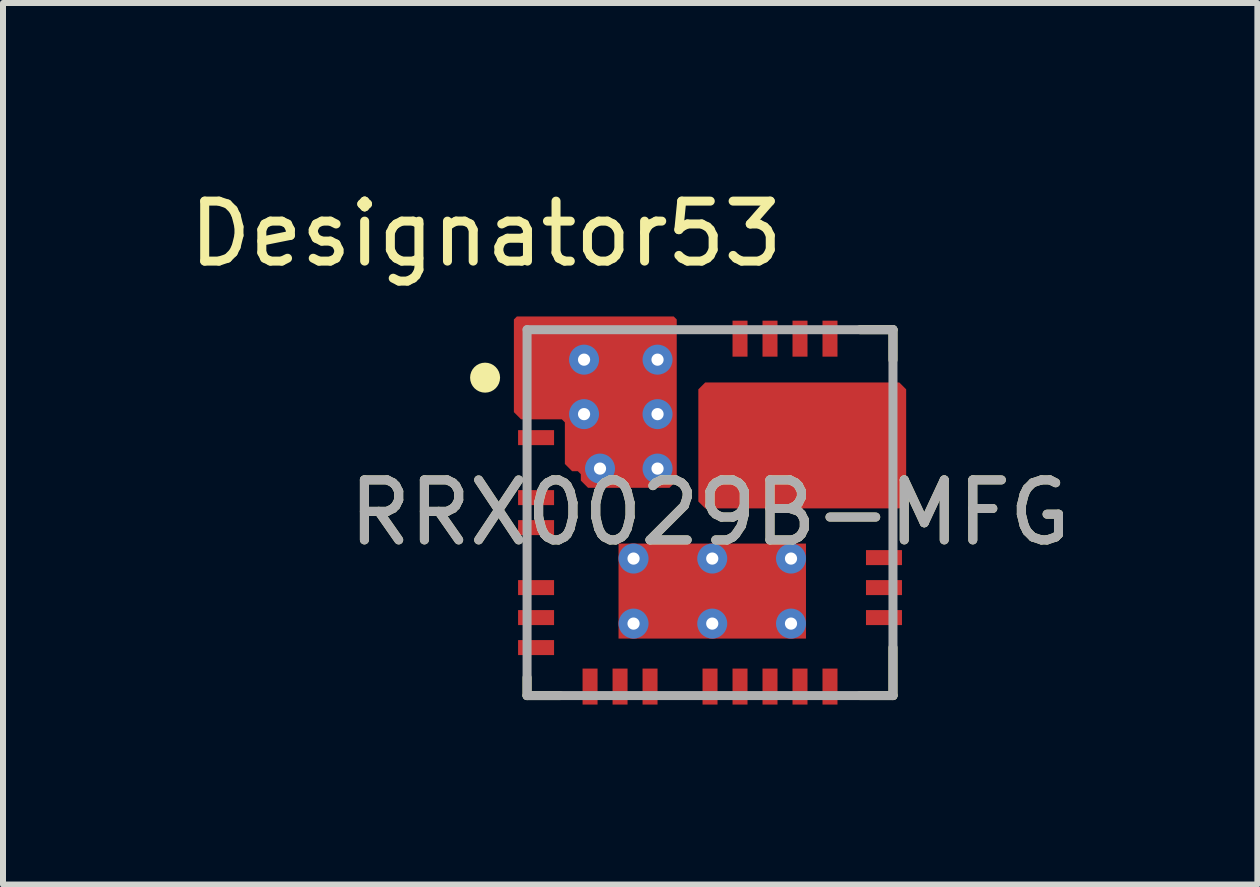
<source format=kicad_pcb>
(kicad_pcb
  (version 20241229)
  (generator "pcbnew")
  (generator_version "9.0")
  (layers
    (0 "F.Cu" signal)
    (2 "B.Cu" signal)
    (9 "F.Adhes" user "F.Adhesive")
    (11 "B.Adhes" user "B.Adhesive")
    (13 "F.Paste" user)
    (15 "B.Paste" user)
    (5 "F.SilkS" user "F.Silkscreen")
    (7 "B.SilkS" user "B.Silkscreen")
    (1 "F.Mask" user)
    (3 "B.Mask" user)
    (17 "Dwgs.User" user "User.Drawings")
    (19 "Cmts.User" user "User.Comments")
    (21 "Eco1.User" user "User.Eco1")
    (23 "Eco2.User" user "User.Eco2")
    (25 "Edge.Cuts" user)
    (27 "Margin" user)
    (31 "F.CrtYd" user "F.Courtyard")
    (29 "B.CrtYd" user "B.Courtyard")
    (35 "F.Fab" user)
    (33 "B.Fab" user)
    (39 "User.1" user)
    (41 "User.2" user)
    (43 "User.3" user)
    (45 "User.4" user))
  (footprint "RRX0029B-MFG"
    (layer "F.Cu")
    (at 8.787 5.496)
    (property "Reference" "RRX0029B-MFG" (at 0 0 0) (unlocked yes) (layer "F.SilkS") (effects (font (size 1 1) (thickness 0.15))))
    (attr smd)
    (fp_poly (pts (xy -0.08 -2.17) (xy -0.195 -2.055) (xy -0.195 -0.185) (xy -0.08 -0.07) (xy 3.155 -0.07) (xy 3.27 -0.185) (xy 3.27 -2.055) (xy 3.155 -2.17)) (stroke (width 0) (type solid)) (fill yes) (layer "F.Cu"))
    (fp_poly (pts (xy -3.27 -3.22) (xy -3.22 -3.27) (xy -0.605 -3.27) (xy -0.555 -3.22) (xy -0.555 -0.534) (xy -0.675 -0.414) (xy -2.034 -0.414) (xy -2.154 -0.534) (xy -2.154 -0.641) (xy -2.204 -0.691) (xy -2.3 -0.691) (xy -2.42 -0.811) (xy -2.42 -1.505) (xy -2.47 -1.555) (xy -3.15 -1.555) (xy -3.27 -1.675)) (stroke (width 0) (type solid)) (fill yes) (layer "F.Cu"))
    (fp_poly (pts (xy -0.125 -2.05) (xy -0.075 -2.1) (xy 2.75 -2.1) (xy 2.8 -2.05) (xy 2.8 -1.925) (xy 2.85 -1.875) (xy 3.15 -1.875) (xy 3.2 -1.825) (xy 3.2 -1.675) (xy 3.15 -1.625) (xy 2.85 -1.625) (xy 2.8 -1.575) (xy 2.8 -1.425) (xy 2.85 -1.375) (xy 3.15 -1.375) (xy 3.2 -1.325) (xy 3.2 -1.175) (xy 3.15 -1.125) (xy 2.85 -1.125) (xy 2.8 -1.075) (xy 2.8 -0.925) (xy 2.85 -0.875) (xy 3.15 -0.875) (xy 3.2 -0.825) (xy 3.2 -0.675) (xy 3.15 -0.625) (xy 2.85 -0.625) (xy 2.8 -0.575) (xy 2.8 -0.19) (xy 2.75 -0.14) (xy -0.075 -0.14) (xy -0.125 -0.19)) (stroke (width 0) (type solid)) (fill yes) (layer "F.Mask"))
    (fp_poly (pts (xy -2.8 -2.6) (xy -2.55 -2.8) (xy -2.175 -2.8) (xy -2.125 -2.85) (xy -2.125 -3.15) (xy -2.075 -3.2) (xy -1.925 -3.2) (xy -1.875 -3.15) (xy -1.875 -2.85) (xy -1.825 -2.8) (xy -1.675 -2.8) (xy -1.625 -2.85) (xy -1.625 -3.15) (xy -1.575 -3.2) (xy -1.425 -3.2) (xy -1.375 -3.15) (xy -1.375 -2.85) (xy -1.325 -2.8) (xy -1.175 -2.8) (xy -1.125 -2.85) (xy -1.125 -3.15) (xy -1.075 -3.2) (xy -0.925 -3.2) (xy -0.875 -3.15) (xy -0.875 -2.85) (xy -0.825 -2.8) (xy -0.675 -2.8) (xy -0.625 -2.75) (xy -0.625 -0.534) (xy -0.675 -0.484) (xy -2.034 -0.484) (xy -2.084 -0.534) (xy -2.084 -0.641) (xy -2.204 -0.761) (xy -2.3 -0.761) (xy -2.35 -0.811) (xy -2.35 -1.505) (xy -2.47 -1.625) (xy -3.15 -1.625) (xy -3.2 -1.675) (xy -3.2 -1.825) (xy -3.15 -1.875) (xy -2.85 -1.875) (xy -2.8 -1.925) (xy -2.8 -2.075) (xy -2.85 -2.125) (xy -3.15 -2.125) (xy -3.2 -2.175) (xy -3.2 -2.325) (xy -3.15 -2.375) (xy -2.85 -2.375) (xy -2.8 -2.425)) (stroke (width 0) (type solid)) (fill yes) (layer "F.Mask"))
    (fp_line (start -3.05 3.05) (end -3.05 2.75) (stroke (width 0.15) (type solid)) (layer "F.SilkS"))
    (fp_line (start -3.05 3.05) (end -2.5 3.05) (stroke (width 0.15) (type solid)) (layer "F.SilkS"))
    (fp_line (start 2.5 -3.05) (end 3.05 -3.05) (stroke (width 0.15) (type solid)) (layer "F.SilkS"))
    (fp_line (start 2.5 3.05) (end 3.05 3.05) (stroke (width 0.15) (type solid)) (layer "F.SilkS"))
    (fp_line (start 3.05 -2.545) (end 3.05 -3.05) (stroke (width 0.15) (type solid)) (layer "F.SilkS"))
    (fp_line (start 3.05 3.05) (end 3.05 2.25) (stroke (width 0.15) (type solid)) (layer "F.SilkS"))
    (fp_circle (center -3.75 -2.25) (end -3.625 -2.25) (stroke (width 0.25) (type solid)) (fill no) (layer "F.SilkS"))
    (fp_poly (pts (xy -2.412 -2.592) (xy -2.412 -1.792) (xy -2.462 -1.742) (xy -2.682 -1.742) (xy -2.732 -1.792) (xy -2.732 -2.592) (xy -2.682 -2.642) (xy -2.462 -2.642)) (stroke (width 0) (type solid)) (fill yes) (layer "F.Paste"))
    (fp_poly (pts (xy -2.163 -2.642) (xy -0.763 -2.642) (xy -0.713 -2.592) (xy -0.713 -1.792) (xy -0.763 -1.742) (xy -2.163 -1.742) (xy -2.213 -1.792) (xy -2.213 -2.592)) (stroke (width 0) (type solid)) (fill yes) (layer "F.Paste"))
    (fp_poly (pts (xy -1.363 0.598) (xy -0.113 0.598) (xy -0.063 0.648) (xy -0.063 1.968) (xy -0.113 2.018) (xy -1.363 2.018) (xy -1.413 1.968) (xy -1.413 0.648)) (stroke (width 0) (type solid)) (fill yes) (layer "F.Paste"))
    (fp_poly (pts (xy -0.763 -1.542) (xy -0.713 -1.492) (xy -0.713 -0.592) (xy -0.763 -0.542) (xy -1.913 -0.542) (xy -2.213 -0.842) (xy -2.213 -1.492) (xy -2.163 -1.542)) (stroke (width 0) (type solid)) (fill yes) (layer "F.Paste"))
    (fp_poly (pts (xy 1.237 -0.27) (xy 1.187 -0.22) (xy 0.017 -0.22) (xy -0.033 -0.27) (xy -0.033 -1.92) (xy 0.017 -1.97) (xy 1.187 -1.97) (xy 1.237 -1.92)) (stroke (width 0) (type solid)) (fill yes) (layer "F.Paste"))
    (fp_poly (pts (xy 1.437 2.018) (xy 0.187 2.018) (xy 0.137 1.968) (xy 0.137 0.648) (xy 0.187 0.598) (xy 1.437 0.598) (xy 1.487 0.648) (xy 1.487 1.968)) (stroke (width 0) (type solid)) (fill yes) (layer "F.Paste"))
    (fp_poly (pts (xy 1.487 -0.22) (xy 1.437 -0.27) (xy 1.437 -1.92) (xy 1.487 -1.97) (xy 2.657 -1.97) (xy 2.707 -1.92) (xy 2.707 -0.27) (xy 2.657 -0.22)) (stroke (width 0) (type solid)) (fill yes) (layer "F.Paste"))
    (fp_line (start -3.05 -3.05) (end 3.05 -3.05) (stroke (width 0.15) (type solid)) (layer "F.Fab"))
    (fp_line (start -3.05 3.05) (end -3.05 -3.05) (stroke (width 0.15) (type solid)) (layer "F.Fab"))
    (fp_line (start -3.05 3.05) (end 3.05 3.05) (stroke (width 0.15) (type solid)) (layer "F.Fab"))
    (fp_line (start 3.05 3.05) (end 3.05 -3.05) (stroke (width 0.15) (type solid)) (layer "F.Fab"))
    (fp_text user "Designator53" (at -3.734 -4.648 0) (unlocked yes) (layer "F.SilkS") (effects (font (size 1 1) (thickness 0.15))))
    (fp_text user "${REFERENCE}" (at 0 0 0) (unlocked yes) (layer "F.Fab") (effects (font (size 1 1) (thickness 0.15))))
    (pad "1" smd rect (at -3.066 -2.25) (size 0.267 0.25) (layers "F.Cu" "F.Paste"))
    (pad "2" smd rect (at -3.066 -1.75) (size 0.267 0.25) (layers "F.Cu" "F.Paste"))
    (pad "3" smd rect (at -2.9 -1.25 90) (size 0.25 0.6) (layers "F.Cu" "F.Mask" "F.Paste"))
    (pad "4" smd rect (at -2.9 -0.25 90) (size 0.25 0.6) (layers "F.Cu" "F.Mask" "F.Paste"))
    (pad "5" smd rect (at -2.9 0.25 90) (size 0.25 0.6) (layers "F.Cu" "F.Mask" "F.Paste"))
    (pad "6" smd rect (at -2.9 1.25 90) (size 0.25 0.6) (layers "F.Cu" "F.Mask" "F.Paste"))
    (pad "7" smd rect (at -2.9 1.75 90) (size 0.25 0.6) (layers "F.Cu" "F.Mask" "F.Paste"))
    (pad "8" smd rect (at -2.9 2.25 90) (size 0.25 0.6) (layers "F.Cu" "F.Mask" "F.Paste"))
    (pad "9" smd rect (at -2 2.9) (size 0.25 0.6) (layers "F.Cu" "F.Mask" "F.Paste"))
    (pad "10" smd rect (at -1.5 2.9) (size 0.25 0.6) (layers "F.Cu" "F.Mask" "F.Paste"))
    (pad "11" smd rect (at -1 2.9) (size 0.25 0.6) (layers "F.Cu" "F.Mask" "F.Paste"))
    (pad "12" smd rect (at 0 2.9) (size 0.25 0.6) (layers "F.Cu" "F.Mask" "F.Paste"))
    (pad "13" smd rect (at 0.5 2.9) (size 0.25 0.6) (layers "F.Cu" "F.Mask" "F.Paste"))
    (pad "14" smd rect (at 1 2.9) (size 0.25 0.6) (layers "F.Cu" "F.Mask" "F.Paste"))
    (pad "15" smd rect (at 1.5 2.9) (size 0.25 0.6) (layers "F.Cu" "F.Mask" "F.Paste"))
    (pad "16" smd rect (at 2 2.9) (size 0.25 0.6) (layers "F.Cu" "F.Mask" "F.Paste"))
    (pad "17" smd rect (at 2.9 1.75 90) (size 0.25 0.6) (layers "F.Cu" "F.Mask" "F.Paste"))
    (pad "18" smd rect (at 2.9 1.25 90) (size 0.25 0.6) (layers "F.Cu" "F.Mask" "F.Paste"))
    (pad "19" smd rect (at 2.9 0.75 90) (size 0.25 0.6) (layers "F.Cu" "F.Mask" "F.Paste"))
    (pad "20" smd rect (at 3.054 -0.75) (size 0.293 0.25) (layers "F.Cu" "F.Paste"))
    (pad "21" smd rect (at 3.054 -1.25) (size 0.293 0.25) (layers "F.Cu" "F.Paste"))
    (pad "22" smd rect (at 3.054 -1.75) (size 0.293 0.25) (layers "F.Cu" "F.Paste"))
    (pad "23" smd rect (at 2 -2.9) (size 0.25 0.6) (layers "F.Cu" "F.Mask" "F.Paste"))
    (pad "24" smd rect (at 1.5 -2.9) (size 0.25 0.6) (layers "F.Cu" "F.Mask" "F.Paste"))
    (pad "25" smd rect (at 1 -2.9) (size 0.25 0.6) (layers "F.Cu" "F.Mask" "F.Paste"))
    (pad "26" smd rect (at 0.5 -2.9) (size 0.25 0.6) (layers "F.Cu" "F.Mask" "F.Paste"))
    (pad "27" smd rect (at -1 -3.071) (size 0.25 0.258) (layers "F.Cu" "F.Paste"))
    (pad "28" smd rect (at -1.5 -3.071) (size 0.25 0.258) (layers "F.Cu" "F.Paste"))
    (pad "29" smd rect (at -2 -3.071) (size 0.25 0.258) (layers "F.Cu" "F.Paste"))
    (pad "30" smd rect (at 0.037 1.308) (size 3.125 1.584) (layers "F.Cu" "F.Mask"))
    (pad "31" thru_hole circle (at 1.35 0.766) (size 0.5 0.5) (drill 0.203) (layers "*.Cu" "*.Mask"))
    (pad "32" thru_hole circle (at 1.35 1.85) (size 0.5 0.5) (drill 0.203) (layers "*.Cu" "*.Mask"))
    (pad "33" thru_hole circle (at 0.037 0.766) (size 0.5 0.5) (drill 0.203) (layers "*.Cu" "*.Mask"))
    (pad "34" thru_hole circle (at 0.037 1.85) (size 0.5 0.5) (drill 0.203) (layers "*.Cu" "*.Mask"))
    (pad "35" thru_hole circle (at -1.275 0.766) (size 0.5 0.5) (drill 0.203) (layers "*.Cu" "*.Mask"))
    (pad "36" thru_hole circle (at -1.275 1.85) (size 0.5 0.5) (drill 0.203) (layers "*.Cu" "*.Mask"))
    (pad "37" thru_hole circle (at -2.1 -2.55) (size 0.5 0.5) (drill 0.203) (layers "*.Cu" "*.Mask"))
    (pad "38" thru_hole circle (at -2.1 -1.642) (size 0.5 0.5) (drill 0.203) (layers "*.Cu" "*.Mask"))
    (pad "39" thru_hole circle (at -1.834 -0.734) (size 0.5 0.5) (drill 0.203) (layers "*.Cu" "*.Mask"))
    (pad "40" thru_hole circle (at -0.875 -0.734) (size 0.5 0.5) (drill 0.203) (layers "*.Cu" "*.Mask"))
    (pad "41" thru_hole circle (at -0.875 -1.642) (size 0.5 0.5) (drill 0.203) (layers "*.Cu" "*.Mask"))
    (pad "42" thru_hole circle (at -0.875 -2.55) (size 0.5 0.5) (drill 0.203) (layers "*.Cu" "*.Mask")))
  (gr_rect
    (start -3 -3)
    (end 17.912 11.696)
    (stroke (width 0.1) (type default))
    (fill no)
    (layer "Edge.Cuts")))
</source>
